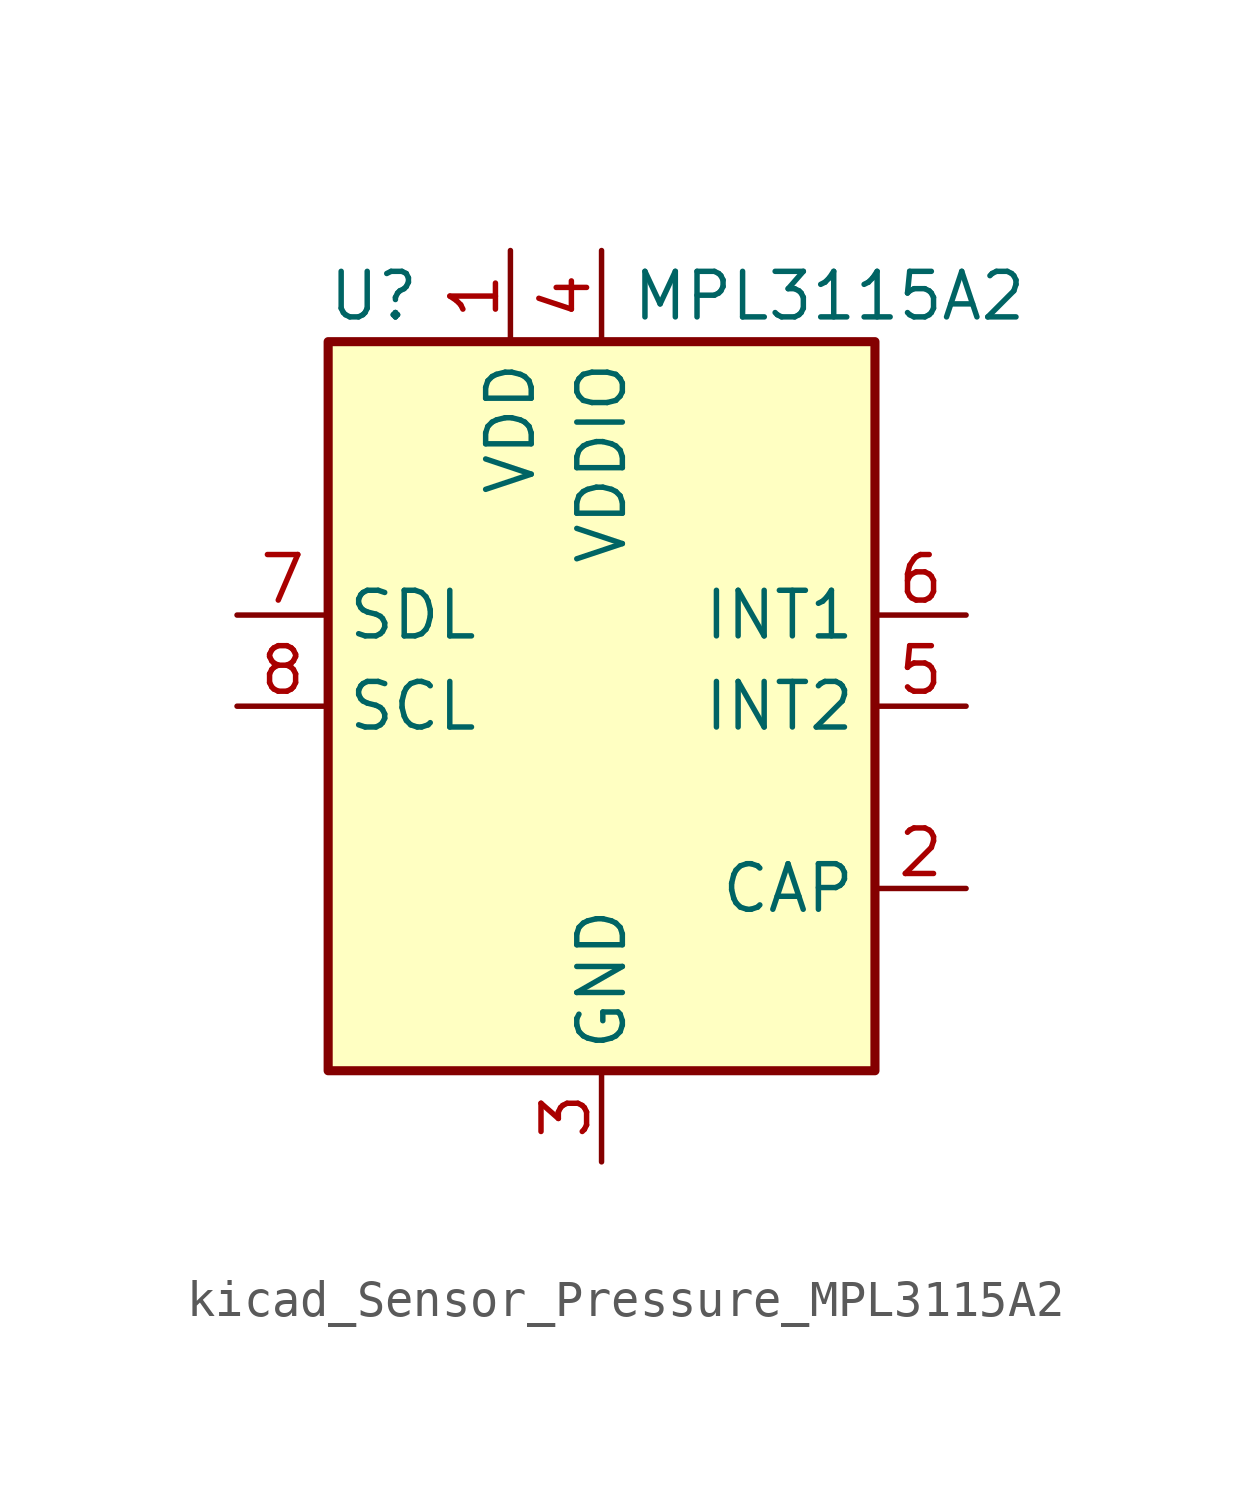
<source format=kicad_sym>
(kicad_symbol_lib
  (version 20220914)
  (generator kicad_symbol_editor)
  (symbol "kicad_Sensor_Pressure_MPL3115A2"
    (property "Reference" "U"
      (at -6.35 11.43 0)
      (effects (font (size 1.27 1.27))))
    (property "Value" "MPL3115A2"
      (at 6.35 11.43 0)
      (effects (font (size 1.27 1.27))))
    (symbol "kicad_Sensor_Pressure_MPL3115A2_0_1"
      (rectangle (start 7.62 10.16) (end -7.62 -10.16) (stroke (width 0.254) (type default)) (fill (type background))))
    (symbol "kicad_Sensor_Pressure_MPL3115A2_1_1"
      (pin power_in line (at -2.54 12.7 270) (length 2.54) (name "VDD" (effects (font (size 1.27 1.27)))) (number "1" (effects (font (size 1.27 1.27)))))
      (pin passive line (at 10.16 -5.08 180) (length 2.54) (name "CAP" (effects (font (size 1.27 1.27)))) (number "2" (effects (font (size 1.27 1.27)))))
      (pin power_in line (at 0 -12.7 90) (length 2.54) (name "GND" (effects (font (size 1.27 1.27)))) (number "3" (effects (font (size 1.27 1.27)))))
      (pin power_in line (at 0 12.7 270) (length 2.54) (name "VDDIO" (effects (font (size 1.27 1.27)))) (number "4" (effects (font (size 1.27 1.27)))))
      (pin open_collector line (at 10.16 0 180) (length 2.54) (name "INT2" (effects (font (size 1.27 1.27)))) (number "5" (effects (font (size 1.27 1.27)))))
      (pin open_collector line (at 10.16 2.54 180) (length 2.54) (name "INT1" (effects (font (size 1.27 1.27)))) (number "6" (effects (font (size 1.27 1.27)))))
      (pin bidirectional line (at -10.16 2.54 0) (length 2.54) (name "SDL" (effects (font (size 1.27 1.27)))) (number "7" (effects (font (size 1.27 1.27)))))
      (pin input line (at -10.16 0 0) (length 2.54) (name "SCL" (effects (font (size 1.27 1.27)))) (number "8" (effects (font (size 1.27 1.27))))))))
</source>
